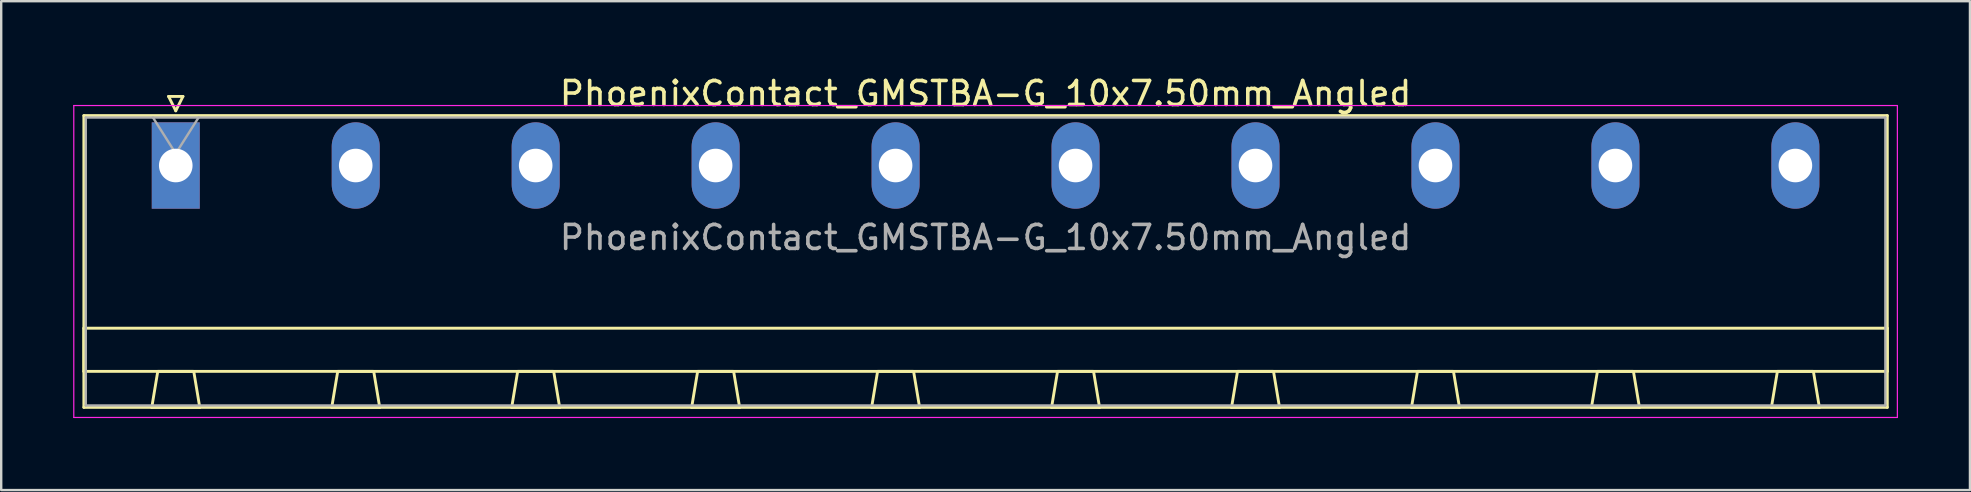
<source format=kicad_pcb>
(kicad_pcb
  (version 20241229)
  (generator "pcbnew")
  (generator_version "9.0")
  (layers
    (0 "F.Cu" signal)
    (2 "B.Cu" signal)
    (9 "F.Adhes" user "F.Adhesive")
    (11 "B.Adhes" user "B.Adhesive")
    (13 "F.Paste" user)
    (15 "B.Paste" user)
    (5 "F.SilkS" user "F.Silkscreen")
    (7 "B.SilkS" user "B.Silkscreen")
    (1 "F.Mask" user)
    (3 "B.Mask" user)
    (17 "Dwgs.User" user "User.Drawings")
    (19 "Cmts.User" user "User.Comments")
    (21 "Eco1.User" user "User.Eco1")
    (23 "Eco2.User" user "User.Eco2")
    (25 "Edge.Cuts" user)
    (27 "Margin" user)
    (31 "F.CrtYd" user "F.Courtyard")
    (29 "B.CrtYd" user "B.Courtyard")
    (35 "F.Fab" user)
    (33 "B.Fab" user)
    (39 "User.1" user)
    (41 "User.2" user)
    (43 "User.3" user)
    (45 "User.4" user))
  (footprint "PhoenixContact_GMSTBA-G_10x7.50mm_Angled"
    (layer "F.Cu")
    (at 4.275 3.848)
    (property "Reference" "PhoenixContact_GMSTBA-G_10x7.50mm_Angled" (at 33.75 -3 0) (layer "F.SilkS") (effects (font (size 1 1) (thickness 0.15))))
    (attr through_hole)
    (fp_line (start -3.83 -2.08) (end -3.83 10.08) (stroke (width 0.12) (type solid)) (layer "F.SilkS"))
    (fp_line (start -3.83 6.78) (end 71.33 6.78) (stroke (width 0.12) (type solid)) (layer "F.SilkS"))
    (fp_line (start -3.83 8.58) (end -3.83 6.78) (stroke (width 0.12) (type solid)) (layer "F.SilkS"))
    (fp_line (start -3.83 10.08) (end 71.33 10.08) (stroke (width 0.12) (type solid)) (layer "F.SilkS"))
    (fp_line (start -1 10.08) (end 1 10.08) (stroke (width 0.12) (type solid)) (layer "F.SilkS"))
    (fp_line (start -0.75 8.58) (end -1 10.08) (stroke (width 0.12) (type solid)) (layer "F.SilkS"))
    (fp_line (start -0.3 -2.88) (end 0.3 -2.88) (stroke (width 0.12) (type solid)) (layer "F.SilkS"))
    (fp_line (start 0 -2.28) (end -0.3 -2.88) (stroke (width 0.12) (type solid)) (layer "F.SilkS"))
    (fp_line (start 0.3 -2.88) (end 0 -2.28) (stroke (width 0.12) (type solid)) (layer "F.SilkS"))
    (fp_line (start 0.75 8.58) (end -0.75 8.58) (stroke (width 0.12) (type solid)) (layer "F.SilkS"))
    (fp_line (start 1 10.08) (end 0.75 8.58) (stroke (width 0.12) (type solid)) (layer "F.SilkS"))
    (fp_line (start 6.5 10.08) (end 8.5 10.08) (stroke (width 0.12) (type solid)) (layer "F.SilkS"))
    (fp_line (start 6.75 8.58) (end 6.5 10.08) (stroke (width 0.12) (type solid)) (layer "F.SilkS"))
    (fp_line (start 8.25 8.58) (end 6.75 8.58) (stroke (width 0.12) (type solid)) (layer "F.SilkS"))
    (fp_line (start 8.5 10.08) (end 8.25 8.58) (stroke (width 0.12) (type solid)) (layer "F.SilkS"))
    (fp_line (start 14 10.08) (end 16 10.08) (stroke (width 0.12) (type solid)) (layer "F.SilkS"))
    (fp_line (start 14.25 8.58) (end 14 10.08) (stroke (width 0.12) (type solid)) (layer "F.SilkS"))
    (fp_line (start 15.75 8.58) (end 14.25 8.58) (stroke (width 0.12) (type solid)) (layer "F.SilkS"))
    (fp_line (start 16 10.08) (end 15.75 8.58) (stroke (width 0.12) (type solid)) (layer "F.SilkS"))
    (fp_line (start 21.5 10.08) (end 23.5 10.08) (stroke (width 0.12) (type solid)) (layer "F.SilkS"))
    (fp_line (start 21.75 8.58) (end 21.5 10.08) (stroke (width 0.12) (type solid)) (layer "F.SilkS"))
    (fp_line (start 23.25 8.58) (end 21.75 8.58) (stroke (width 0.12) (type solid)) (layer "F.SilkS"))
    (fp_line (start 23.5 10.08) (end 23.25 8.58) (stroke (width 0.12) (type solid)) (layer "F.SilkS"))
    (fp_line (start 29 10.08) (end 31 10.08) (stroke (width 0.12) (type solid)) (layer "F.SilkS"))
    (fp_line (start 29.25 8.58) (end 29 10.08) (stroke (width 0.12) (type solid)) (layer "F.SilkS"))
    (fp_line (start 30.75 8.58) (end 29.25 8.58) (stroke (width 0.12) (type solid)) (layer "F.SilkS"))
    (fp_line (start 31 10.08) (end 30.75 8.58) (stroke (width 0.12) (type solid)) (layer "F.SilkS"))
    (fp_line (start 36.5 10.08) (end 38.5 10.08) (stroke (width 0.12) (type solid)) (layer "F.SilkS"))
    (fp_line (start 36.75 8.58) (end 36.5 10.08) (stroke (width 0.12) (type solid)) (layer "F.SilkS"))
    (fp_line (start 38.25 8.58) (end 36.75 8.58) (stroke (width 0.12) (type solid)) (layer "F.SilkS"))
    (fp_line (start 38.5 10.08) (end 38.25 8.58) (stroke (width 0.12) (type solid)) (layer "F.SilkS"))
    (fp_line (start 44 10.08) (end 46 10.08) (stroke (width 0.12) (type solid)) (layer "F.SilkS"))
    (fp_line (start 44.25 8.58) (end 44 10.08) (stroke (width 0.12) (type solid)) (layer "F.SilkS"))
    (fp_line (start 45.75 8.58) (end 44.25 8.58) (stroke (width 0.12) (type solid)) (layer "F.SilkS"))
    (fp_line (start 46 10.08) (end 45.75 8.58) (stroke (width 0.12) (type solid)) (layer "F.SilkS"))
    (fp_line (start 51.5 10.08) (end 53.5 10.08) (stroke (width 0.12) (type solid)) (layer "F.SilkS"))
    (fp_line (start 51.75 8.58) (end 51.5 10.08) (stroke (width 0.12) (type solid)) (layer "F.SilkS"))
    (fp_line (start 53.25 8.58) (end 51.75 8.58) (stroke (width 0.12) (type solid)) (layer "F.SilkS"))
    (fp_line (start 53.5 10.08) (end 53.25 8.58) (stroke (width 0.12) (type solid)) (layer "F.SilkS"))
    (fp_line (start 59 10.08) (end 61 10.08) (stroke (width 0.12) (type solid)) (layer "F.SilkS"))
    (fp_line (start 59.25 8.58) (end 59 10.08) (stroke (width 0.12) (type solid)) (layer "F.SilkS"))
    (fp_line (start 60.75 8.58) (end 59.25 8.58) (stroke (width 0.12) (type solid)) (layer "F.SilkS"))
    (fp_line (start 61 10.08) (end 60.75 8.58) (stroke (width 0.12) (type solid)) (layer "F.SilkS"))
    (fp_line (start 66.5 10.08) (end 68.5 10.08) (stroke (width 0.12) (type solid)) (layer "F.SilkS"))
    (fp_line (start 66.75 8.58) (end 66.5 10.08) (stroke (width 0.12) (type solid)) (layer "F.SilkS"))
    (fp_line (start 68.25 8.58) (end 66.75 8.58) (stroke (width 0.12) (type solid)) (layer "F.SilkS"))
    (fp_line (start 68.5 10.08) (end 68.25 8.58) (stroke (width 0.12) (type solid)) (layer "F.SilkS"))
    (fp_line (start 71.33 -2.08) (end -3.83 -2.08) (stroke (width 0.12) (type solid)) (layer "F.SilkS"))
    (fp_line (start 71.33 6.78) (end 71.33 8.58) (stroke (width 0.12) (type solid)) (layer "F.SilkS"))
    (fp_line (start 71.33 8.58) (end -3.83 8.58) (stroke (width 0.12) (type solid)) (layer "F.SilkS"))
    (fp_line (start 71.33 10.08) (end 71.33 -2.08) (stroke (width 0.12) (type solid)) (layer "F.SilkS"))
    (fp_line (start -4.25 -2.5) (end -4.25 10.5) (stroke (width 0.05) (type solid)) (layer "F.CrtYd"))
    (fp_line (start -4.25 10.5) (end 71.75 10.5) (stroke (width 0.05) (type solid)) (layer "F.CrtYd"))
    (fp_line (start 71.75 -2.5) (end -4.25 -2.5) (stroke (width 0.05) (type solid)) (layer "F.CrtYd"))
    (fp_line (start 71.75 10.5) (end 71.75 -2.5) (stroke (width 0.05) (type solid)) (layer "F.CrtYd"))
    (fp_line (start -3.75 -2) (end -3.75 10) (stroke (width 0.1) (type solid)) (layer "F.Fab"))
    (fp_line (start -3.75 10) (end 71.25 10) (stroke (width 0.1) (type solid)) (layer "F.Fab"))
    (fp_line (start 0 -0.5) (end -0.95 -2) (stroke (width 0.1) (type solid)) (layer "F.Fab"))
    (fp_line (start 0.95 -2) (end 0 -0.5) (stroke (width 0.1) (type solid)) (layer "F.Fab"))
    (fp_line (start 71.25 -2) (end -3.75 -2) (stroke (width 0.1) (type solid)) (layer "F.Fab"))
    (fp_line (start 71.25 10) (end 71.25 -2) (stroke (width 0.1) (type solid)) (layer "F.Fab"))
    (fp_text user "${REFERENCE}" (at 33.75 3 0) (layer "F.Fab") (effects (font (size 1 1) (thickness 0.15))))
    (pad "1" thru_hole rect (at 0 0) (size 2 3.6) (drill 1.4) (layers "*.Cu" "*.Mask"))
    (pad "2" thru_hole oval (at 7.5 0) (size 2 3.6) (drill 1.4) (layers "*.Cu" "*.Mask"))
    (pad "3" thru_hole oval (at 15 0) (size 2 3.6) (drill 1.4) (layers "*.Cu" "*.Mask"))
    (pad "4" thru_hole oval (at 22.5 0) (size 2 3.6) (drill 1.4) (layers "*.Cu" "*.Mask"))
    (pad "5" thru_hole oval (at 30 0) (size 2 3.6) (drill 1.4) (layers "*.Cu" "*.Mask"))
    (pad "6" thru_hole oval (at 37.5 0) (size 2 3.6) (drill 1.4) (layers "*.Cu" "*.Mask"))
    (pad "7" thru_hole oval (at 45 0) (size 2 3.6) (drill 1.4) (layers "*.Cu" "*.Mask"))
    (pad "8" thru_hole oval (at 52.5 0) (size 2 3.6) (drill 1.4) (layers "*.Cu" "*.Mask"))
    (pad "9" thru_hole oval (at 60 0) (size 2 3.6) (drill 1.4) (layers "*.Cu" "*.Mask"))
    (pad "10" thru_hole oval (at 67.5 0) (size 2 3.6) (drill 1.4) (layers "*.Cu" "*.Mask")))
  (gr_rect
    (start -3 -3)
    (end 79.05 17.373)
    (stroke (width 0.1) (type default))
    (fill no)
    (layer "Edge.Cuts")))
</source>
